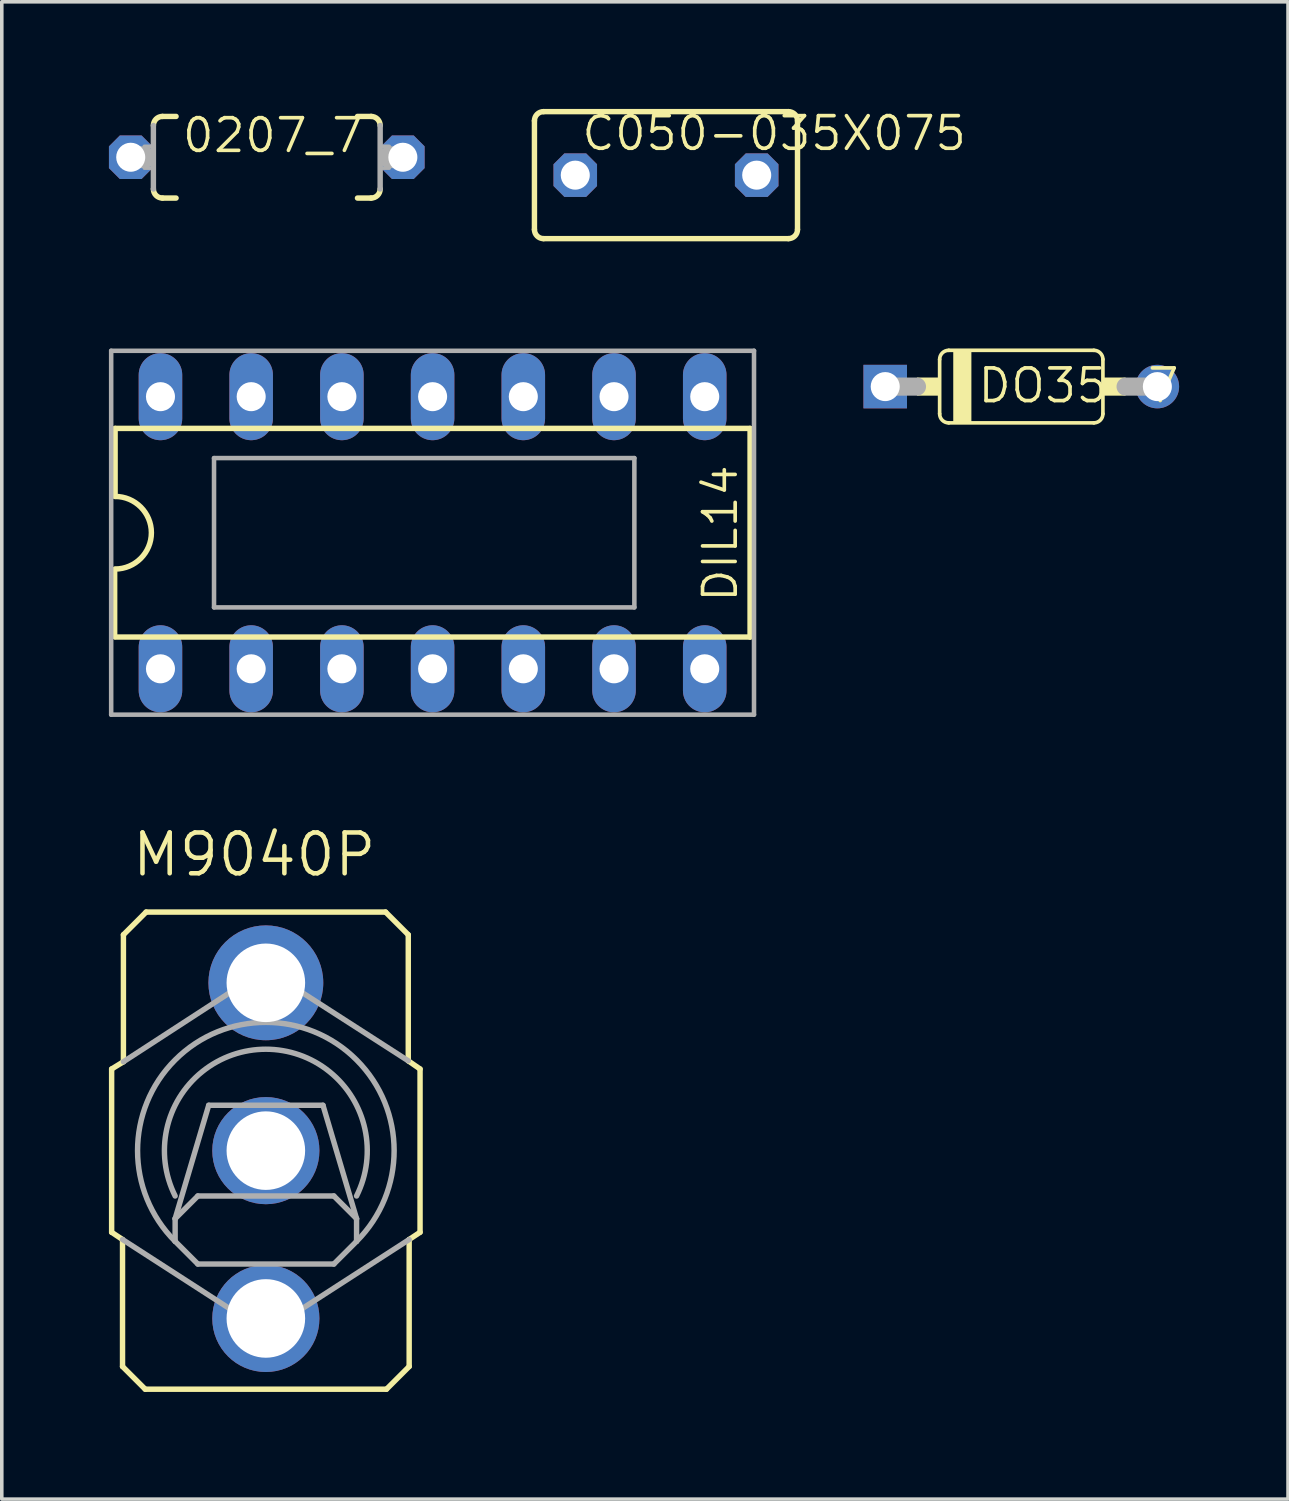
<source format=kicad_pcb>
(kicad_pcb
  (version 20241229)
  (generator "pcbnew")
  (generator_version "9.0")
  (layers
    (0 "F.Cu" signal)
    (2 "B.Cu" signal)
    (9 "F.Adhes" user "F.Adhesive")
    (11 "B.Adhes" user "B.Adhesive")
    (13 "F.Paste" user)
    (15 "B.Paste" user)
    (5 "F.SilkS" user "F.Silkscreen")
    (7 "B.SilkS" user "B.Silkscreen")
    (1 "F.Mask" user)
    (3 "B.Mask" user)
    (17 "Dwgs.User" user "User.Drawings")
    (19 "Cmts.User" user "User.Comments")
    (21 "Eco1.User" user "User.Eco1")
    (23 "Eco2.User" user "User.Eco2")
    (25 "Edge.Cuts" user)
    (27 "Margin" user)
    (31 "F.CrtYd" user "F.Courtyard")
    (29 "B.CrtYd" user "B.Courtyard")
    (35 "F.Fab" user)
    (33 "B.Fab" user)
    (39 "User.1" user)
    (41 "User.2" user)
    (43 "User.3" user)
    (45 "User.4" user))
  (footprint "M9040P"
    (layer "F.Cu")
    (at 4.394 29.169)
    (property "Reference" "M9040P" (at -3.81 -7.62 0) (layer "F.SilkS") (effects (font (size 1.143 1.143) (thickness 0.127)) (justify left bottom)))
    (fp_line (start -4.318 -2.286) (end -4.318 2.286) (stroke (width 0.152) (type solid)) (layer "F.SilkS"))
    (fp_line (start -4.318 2.286) (end -4.013 2.489) (stroke (width 0.152) (type solid)) (layer "F.SilkS"))
    (fp_line (start -4.013 6.045) (end -4.013 2.489) (stroke (width 0.152) (type solid)) (layer "F.SilkS"))
    (fp_line (start -4.013 6.045) (end -3.378 6.68) (stroke (width 0.152) (type solid)) (layer "F.SilkS"))
    (fp_line (start -3.988 -2.489) (end -4.318 -2.286) (stroke (width 0.152) (type solid)) (layer "F.SilkS"))
    (fp_line (start -3.988 -2.489) (end -3.988 -6.045) (stroke (width 0.152) (type solid)) (layer "F.SilkS"))
    (fp_line (start -3.353 -6.68) (end -3.988 -6.045) (stroke (width 0.152) (type solid)) (layer "F.SilkS"))
    (fp_line (start -3.353 -6.68) (end 3.353 -6.68) (stroke (width 0.152) (type solid)) (layer "F.SilkS"))
    (fp_line (start 3.378 6.68) (end -3.378 6.68) (stroke (width 0.152) (type solid)) (layer "F.SilkS"))
    (fp_line (start 3.378 6.68) (end 4.013 6.045) (stroke (width 0.152) (type solid)) (layer "F.SilkS"))
    (fp_line (start 3.988 -6.045) (end 3.353 -6.68) (stroke (width 0.152) (type solid)) (layer "F.SilkS"))
    (fp_line (start 3.988 -6.045) (end 3.988 -2.515) (stroke (width 0.152) (type solid)) (layer "F.SilkS"))
    (fp_line (start 4.013 2.489) (end 4.318 2.286) (stroke (width 0.152) (type solid)) (layer "F.SilkS"))
    (fp_line (start 4.013 6.045) (end 4.013 2.489) (stroke (width 0.152) (type solid)) (layer "F.SilkS"))
    (fp_line (start 4.318 -2.286) (end 3.988 -2.515) (stroke (width 0.152) (type solid)) (layer "F.SilkS"))
    (fp_line (start 4.318 -2.286) (end 4.318 2.286) (stroke (width 0.152) (type solid)) (layer "F.SilkS"))
    (fp_line (start -4.013 2.489) (end 0 5.08) (stroke (width 0.152) (type solid)) (layer "F.Fab"))
    (fp_line (start -2.54 2.54) (end -2.54 1.905) (stroke (width 0.152) (type solid)) (layer "F.Fab"))
    (fp_line (start -2.54 2.54) (end -1.905 3.175) (stroke (width 0.152) (type solid)) (layer "F.Fab"))
    (fp_line (start -1.905 1.27) (end -2.54 1.905) (stroke (width 0.152) (type solid)) (layer "F.Fab"))
    (fp_line (start -1.905 1.27) (end 1.905 1.27) (stroke (width 0.152) (type solid)) (layer "F.Fab"))
    (fp_line (start -1.6 -1.27) (end -2.54 1.905) (stroke (width 0.152) (type solid)) (layer "F.Fab"))
    (fp_line (start -1.6 -1.27) (end 1.6 -1.27) (stroke (width 0.152) (type solid)) (layer "F.Fab"))
    (fp_line (start 0 -5.08) (end -3.988 -2.489) (stroke (width 0.152) (type solid)) (layer "F.Fab"))
    (fp_line (start 0 5.08) (end 4.013 2.489) (stroke (width 0.152) (type solid)) (layer "F.Fab"))
    (fp_line (start 1.6 -1.27) (end 2.54 1.905) (stroke (width 0.152) (type solid)) (layer "F.Fab"))
    (fp_line (start 1.905 1.27) (end 2.54 1.905) (stroke (width 0.152) (type solid)) (layer "F.Fab"))
    (fp_line (start 1.905 3.175) (end -1.905 3.175) (stroke (width 0.152) (type solid)) (layer "F.Fab"))
    (fp_line (start 1.905 3.175) (end 2.54 2.54) (stroke (width 0.152) (type solid)) (layer "F.Fab"))
    (fp_line (start 2.54 1.905) (end 2.54 2.54) (stroke (width 0.152) (type solid)) (layer "F.Fab"))
    (fp_line (start 3.988 -2.515) (end 0 -5.08) (stroke (width 0.152) (type solid)) (layer "F.Fab"))
    (fp_arc (start -2.54 1.27) (mid 0 -2.839806) (end 2.54 1.27) (stroke (width 0.1524) (type solid)) (layer "F.Fab"))
    (fp_arc (start -2.54 2.54) (mid 0 -3.592102) (end 2.54 2.54) (stroke (width 0.1524) (type solid)) (layer "F.Fab"))
    (pad "1" thru_hole circle (at 0 -4.699) (size 3.216 3.216) (drill 2.2) (layers "*.Cu" "*.Mask"))
    (pad "2" thru_hole circle (at 0 0) (size 3 3) (drill 2.2) (layers "*.Cu" "*.Mask"))
    (pad "3" thru_hole circle (at 0 4.699) (size 3 3) (drill 2.2) (layers "*.Cu" "*.Mask")))
  (footprint "DO35-7"
    (layer "F.Cu")
    (at 25.547 7.775)
    (property "Reference" "DO35-7" (at -1.27 0.508 0) (layer "F.SilkS") (effects (font (size 0.914 0.914) (thickness 0.102)) (justify left bottom)))
    (fp_line (start -2.286 -0.762) (end -2.286 0.762) (stroke (width 0.102) (type solid)) (layer "F.SilkS"))
    (fp_line (start -2.032 -1.016) (end 2.032 -1.016) (stroke (width 0.102) (type solid)) (layer "F.SilkS"))
    (fp_line (start -2.032 1.016) (end 2.032 1.016) (stroke (width 0.102) (type solid)) (layer "F.SilkS"))
    (fp_line (start 2.286 -0.762) (end 2.286 0.762) (stroke (width 0.102) (type solid)) (layer "F.SilkS"))
    (fp_arc (start -2.286 -0.762) (mid -2.211605 -0.941605) (end -2.032 -1.016) (stroke (width 0.1016) (type solid)) (layer "F.SilkS"))
    (fp_arc (start -2.032 1.016) (mid -2.211605 0.941605) (end -2.286 0.762) (stroke (width 0.1016) (type solid)) (layer "F.SilkS"))
    (fp_arc (start 2.032 -1.016) (mid 2.211605 -0.941605) (end 2.286 -0.762) (stroke (width 0.1016) (type solid)) (layer "F.SilkS"))
    (fp_arc (start 2.286 0.762) (mid 2.211605 0.941605) (end 2.032 1.016) (stroke (width 0.1016) (type solid)) (layer "F.SilkS"))
    (fp_poly (pts (xy -2.921 0.254) (xy -2.286 0.254) (xy -2.286 -0.254) (xy -2.921 -0.254)) (stroke (width 0) (type solid)) (fill yes) (layer "F.SilkS"))
    (fp_poly (pts (xy -1.905 1.016) (xy -1.397 1.016) (xy -1.397 -1.016) (xy -1.905 -1.016)) (stroke (width 0) (type solid)) (fill yes) (layer "F.SilkS"))
    (fp_poly (pts (xy 2.286 0.254) (xy 2.921 0.254) (xy 2.921 -0.254) (xy 2.286 -0.254)) (stroke (width 0) (type solid)) (fill yes) (layer "F.SilkS"))
    (fp_line (start -3.81 0) (end -2.921 0) (stroke (width 0.508) (type solid)) (layer "F.Fab"))
    (fp_line (start 3.81 0) (end 2.921 0) (stroke (width 0.508) (type solid)) (layer "F.Fab"))
    (pad "A" thru_hole circle (at 3.81 0) (size 1.219 1.219) (drill 0.813) (layers "*.Cu" "*.Mask"))
    (pad "C" thru_hole rect (at -3.81 0) (size 1.219 1.219) (drill 0.813) (layers "*.Cu" "*.Mask")))
  (footprint "DIL14"
    (layer "F.Cu")
    (at 9.063 11.867)
    (property "Reference" "DIL14" (at 8.055 0.021 90) (layer "F.SilkS") (effects (font (size 0.914 0.914) (thickness 0.102))))
    (fp_line (start -8.89 -2.921) (end -8.89 -1.016) (stroke (width 0.152) (type solid)) (layer "F.SilkS"))
    (fp_line (start -8.89 2.921) (end -8.89 1.016) (stroke (width 0.127) (type solid)) (layer "F.SilkS"))
    (fp_line (start -8.89 2.921) (end 8.89 2.921) (stroke (width 0.152) (type solid)) (layer "F.SilkS"))
    (fp_line (start 8.89 -2.921) (end -8.89 -2.921) (stroke (width 0.152) (type solid)) (layer "F.SilkS"))
    (fp_line (start 8.89 -2.921) (end 8.89 2.921) (stroke (width 0.152) (type solid)) (layer "F.SilkS"))
    (fp_arc (start -8.89 -1.016) (mid -7.874 0) (end -8.89 1.016) (stroke (width 0.1524) (type solid)) (layer "F.SilkS"))
    (fp_line (start -9 -5.095) (end 9 -5.095) (stroke (width 0.127) (type solid)) (layer "F.Fab"))
    (fp_line (start -9 5.095) (end -9 -5.095) (stroke (width 0.127) (type solid)) (layer "F.Fab"))
    (fp_line (start -6.12 -2.09) (end 5.65 -2.09) (stroke (width 0.127) (type solid)) (layer "F.Fab"))
    (fp_line (start -6.12 2.09) (end -6.12 -2.09) (stroke (width 0.127) (type solid)) (layer "F.Fab"))
    (fp_line (start 5.65 -2.09) (end 5.65 2.09) (stroke (width 0.127) (type solid)) (layer "F.Fab"))
    (fp_line (start 5.65 2.09) (end -6.12 2.09) (stroke (width 0.127) (type solid)) (layer "F.Fab"))
    (fp_line (start 9 -5.095) (end 9 5.095) (stroke (width 0.127) (type solid)) (layer "F.Fab"))
    (fp_line (start 9 5.095) (end -9 5.095) (stroke (width 0.127) (type solid)) (layer "F.Fab"))
    (pad "1" thru_hole oval (at -7.62 3.81 90) (size 2.438 1.219) (drill 0.813) (layers "*.Cu" "*.Mask"))
    (pad "2" thru_hole oval (at -5.08 3.81 90) (size 2.438 1.219) (drill 0.813) (layers "*.Cu" "*.Mask"))
    (pad "3" thru_hole oval (at -2.54 3.81 90) (size 2.438 1.219) (drill 0.813) (layers "*.Cu" "*.Mask"))
    (pad "4" thru_hole oval (at 0 3.81 90) (size 2.438 1.219) (drill 0.813) (layers "*.Cu" "*.Mask"))
    (pad "5" thru_hole oval (at 2.54 3.81 90) (size 2.438 1.219) (drill 0.813) (layers "*.Cu" "*.Mask"))
    (pad "6" thru_hole oval (at 5.08 3.81 90) (size 2.438 1.219) (drill 0.813) (layers "*.Cu" "*.Mask"))
    (pad "7" thru_hole oval (at 7.62 3.81 90) (size 2.438 1.219) (drill 0.813) (layers "*.Cu" "*.Mask"))
    (pad "8" thru_hole oval (at 7.62 -3.81 90) (size 2.438 1.219) (drill 0.813) (layers "*.Cu" "*.Mask"))
    (pad "9" thru_hole oval (at 5.08 -3.81 90) (size 2.438 1.219) (drill 0.813) (layers "*.Cu" "*.Mask"))
    (pad "10" thru_hole oval (at 2.54 -3.81 90) (size 2.438 1.219) (drill 0.813) (layers "*.Cu" "*.Mask"))
    (pad "11" thru_hole oval (at 0 -3.81 90) (size 2.438 1.219) (drill 0.813) (layers "*.Cu" "*.Mask"))
    (pad "12" thru_hole oval (at -2.54 -3.81 90) (size 2.438 1.219) (drill 0.813) (layers "*.Cu" "*.Mask"))
    (pad "13" thru_hole oval (at -5.08 -3.81 90) (size 2.438 1.219) (drill 0.813) (layers "*.Cu" "*.Mask"))
    (pad "14" thru_hole oval (at -7.62 -3.81 90) (size 2.438 1.219) (drill 0.813) (layers "*.Cu" "*.Mask")))
  (footprint "C050-035X075"
    (layer "F.Cu")
    (at 15.598 1.854)
    (property "Reference" "C050-035X075" (at -2.413 -0.635 0) (layer "F.SilkS") (effects (font (size 0.914 0.914) (thickness 0.102)) (justify left bottom)))
    (fp_line (start -3.683 -1.524) (end -3.683 1.524) (stroke (width 0.152) (type solid)) (layer "F.SilkS"))
    (fp_line (start -3.429 1.778) (end 3.429 1.778) (stroke (width 0.152) (type solid)) (layer "F.SilkS"))
    (fp_line (start 3.429 -1.778) (end -3.429 -1.778) (stroke (width 0.152) (type solid)) (layer "F.SilkS"))
    (fp_line (start 3.683 1.524) (end 3.683 -1.524) (stroke (width 0.152) (type solid)) (layer "F.SilkS"))
    (fp_arc (start -3.683 -1.524) (mid -3.608605 -1.703605) (end -3.429 -1.778) (stroke (width 0.1524) (type solid)) (layer "F.SilkS"))
    (fp_arc (start -3.429 1.778) (mid -3.608605 1.703605) (end -3.683 1.524) (stroke (width 0.1524) (type solid)) (layer "F.SilkS"))
    (fp_arc (start 3.429 -1.778) (mid 3.608605 -1.703605) (end 3.683 -1.524) (stroke (width 0.1524) (type solid)) (layer "F.SilkS"))
    (fp_arc (start 3.683 1.524) (mid 3.608605 1.703605) (end 3.429 1.778) (stroke (width 0.1524) (type solid)) (layer "F.SilkS"))
    (pad "1" thru_hole roundrect (at -2.54 0) (size 1.219 1.219) (drill 0.813) (layers "*.Cu" "*.Mask") (roundrect_rratio 0.25) (chamfer_ratio 0.25) (chamfer top_left top_right bottom_left bottom_right))
    (pad "2" thru_hole roundrect (at 2.54 0) (size 1.219 1.219) (drill 0.813) (layers "*.Cu" "*.Mask") (roundrect_rratio 0.25) (chamfer_ratio 0.25) (chamfer top_left top_right bottom_left bottom_right)))
  (footprint "0207_7"
    (layer "F.Cu")
    (at 4.42 1.353)
    (property "Reference" "0207_7" (at -2.421 -1.146 0) (layer "F.SilkS") (effects (font (size 0.914 0.914) (thickness 0.102)) (justify left top)))
    (fp_line (start -2.921 -1.143) (end -2.54 -1.143) (stroke (width 0.152) (type solid)) (layer "F.SilkS"))
    (fp_line (start -2.921 1.143) (end -2.54 1.143) (stroke (width 0.152) (type solid)) (layer "F.SilkS"))
    (fp_line (start 2.921 -1.143) (end 2.54 -1.143) (stroke (width 0.152) (type solid)) (layer "F.SilkS"))
    (fp_line (start 2.921 1.143) (end 2.54 1.143) (stroke (width 0.152) (type solid)) (layer "F.SilkS"))
    (fp_arc (start -3.175 -0.889) (mid -3.100605 -1.068605) (end -2.921 -1.143) (stroke (width 0.1524) (type solid)) (layer "F.SilkS"))
    (fp_arc (start -2.921 1.143) (mid -3.100605 1.068605) (end -3.175 0.889) (stroke (width 0.1524) (type solid)) (layer "F.SilkS"))
    (fp_arc (start 2.921 -1.143) (mid 3.100605 -1.068605) (end 3.175 -0.889) (stroke (width 0.1524) (type solid)) (layer "F.SilkS"))
    (fp_arc (start 3.175 0.889) (mid 3.100605 1.068605) (end 2.921 1.143) (stroke (width 0.1524) (type solid)) (layer "F.SilkS"))
    (fp_line (start -3.81 0) (end -3.429 0) (stroke (width 0.61) (type solid)) (layer "F.Fab"))
    (fp_line (start -3.175 0.889) (end -3.175 -0.889) (stroke (width 0.152) (type solid)) (layer "F.Fab"))
    (fp_line (start 3.175 0.889) (end 3.175 -0.889) (stroke (width 0.152) (type solid)) (layer "F.Fab"))
    (fp_line (start 3.429 0) (end 3.81 0) (stroke (width 0.61) (type solid)) (layer "F.Fab"))
    (fp_poly (pts (xy -3.429 0.305) (xy -3.175 0.305) (xy -3.175 -0.305) (xy -3.429 -0.305)) (stroke (width 0.1) (type solid)) (fill no) (layer "F.Fab"))
    (fp_poly (pts (xy 3.175 0.305) (xy 3.429 0.305) (xy 3.429 -0.305) (xy 3.175 -0.305)) (stroke (width 0.1) (type solid)) (fill no) (layer "F.Fab"))
    (pad "1" thru_hole roundrect (at -3.81 0) (size 1.219 1.219) (drill 0.813) (layers "*.Cu" "*.Mask") (roundrect_rratio 0.25) (chamfer_ratio 0.25) (chamfer top_left top_right bottom_left bottom_right))
    (pad "2" thru_hole roundrect (at 3.81 0) (size 1.219 1.219) (drill 0.813) (layers "*.Cu" "*.Mask") (roundrect_rratio 0.25) (chamfer_ratio 0.25) (chamfer top_left top_right bottom_left bottom_right)))
  (gr_rect
    (start -3 -3)
    (end 33.016 38.926)
    (stroke (width 0.1) (type default))
    (fill no)
    (layer "Edge.Cuts")))
</source>
